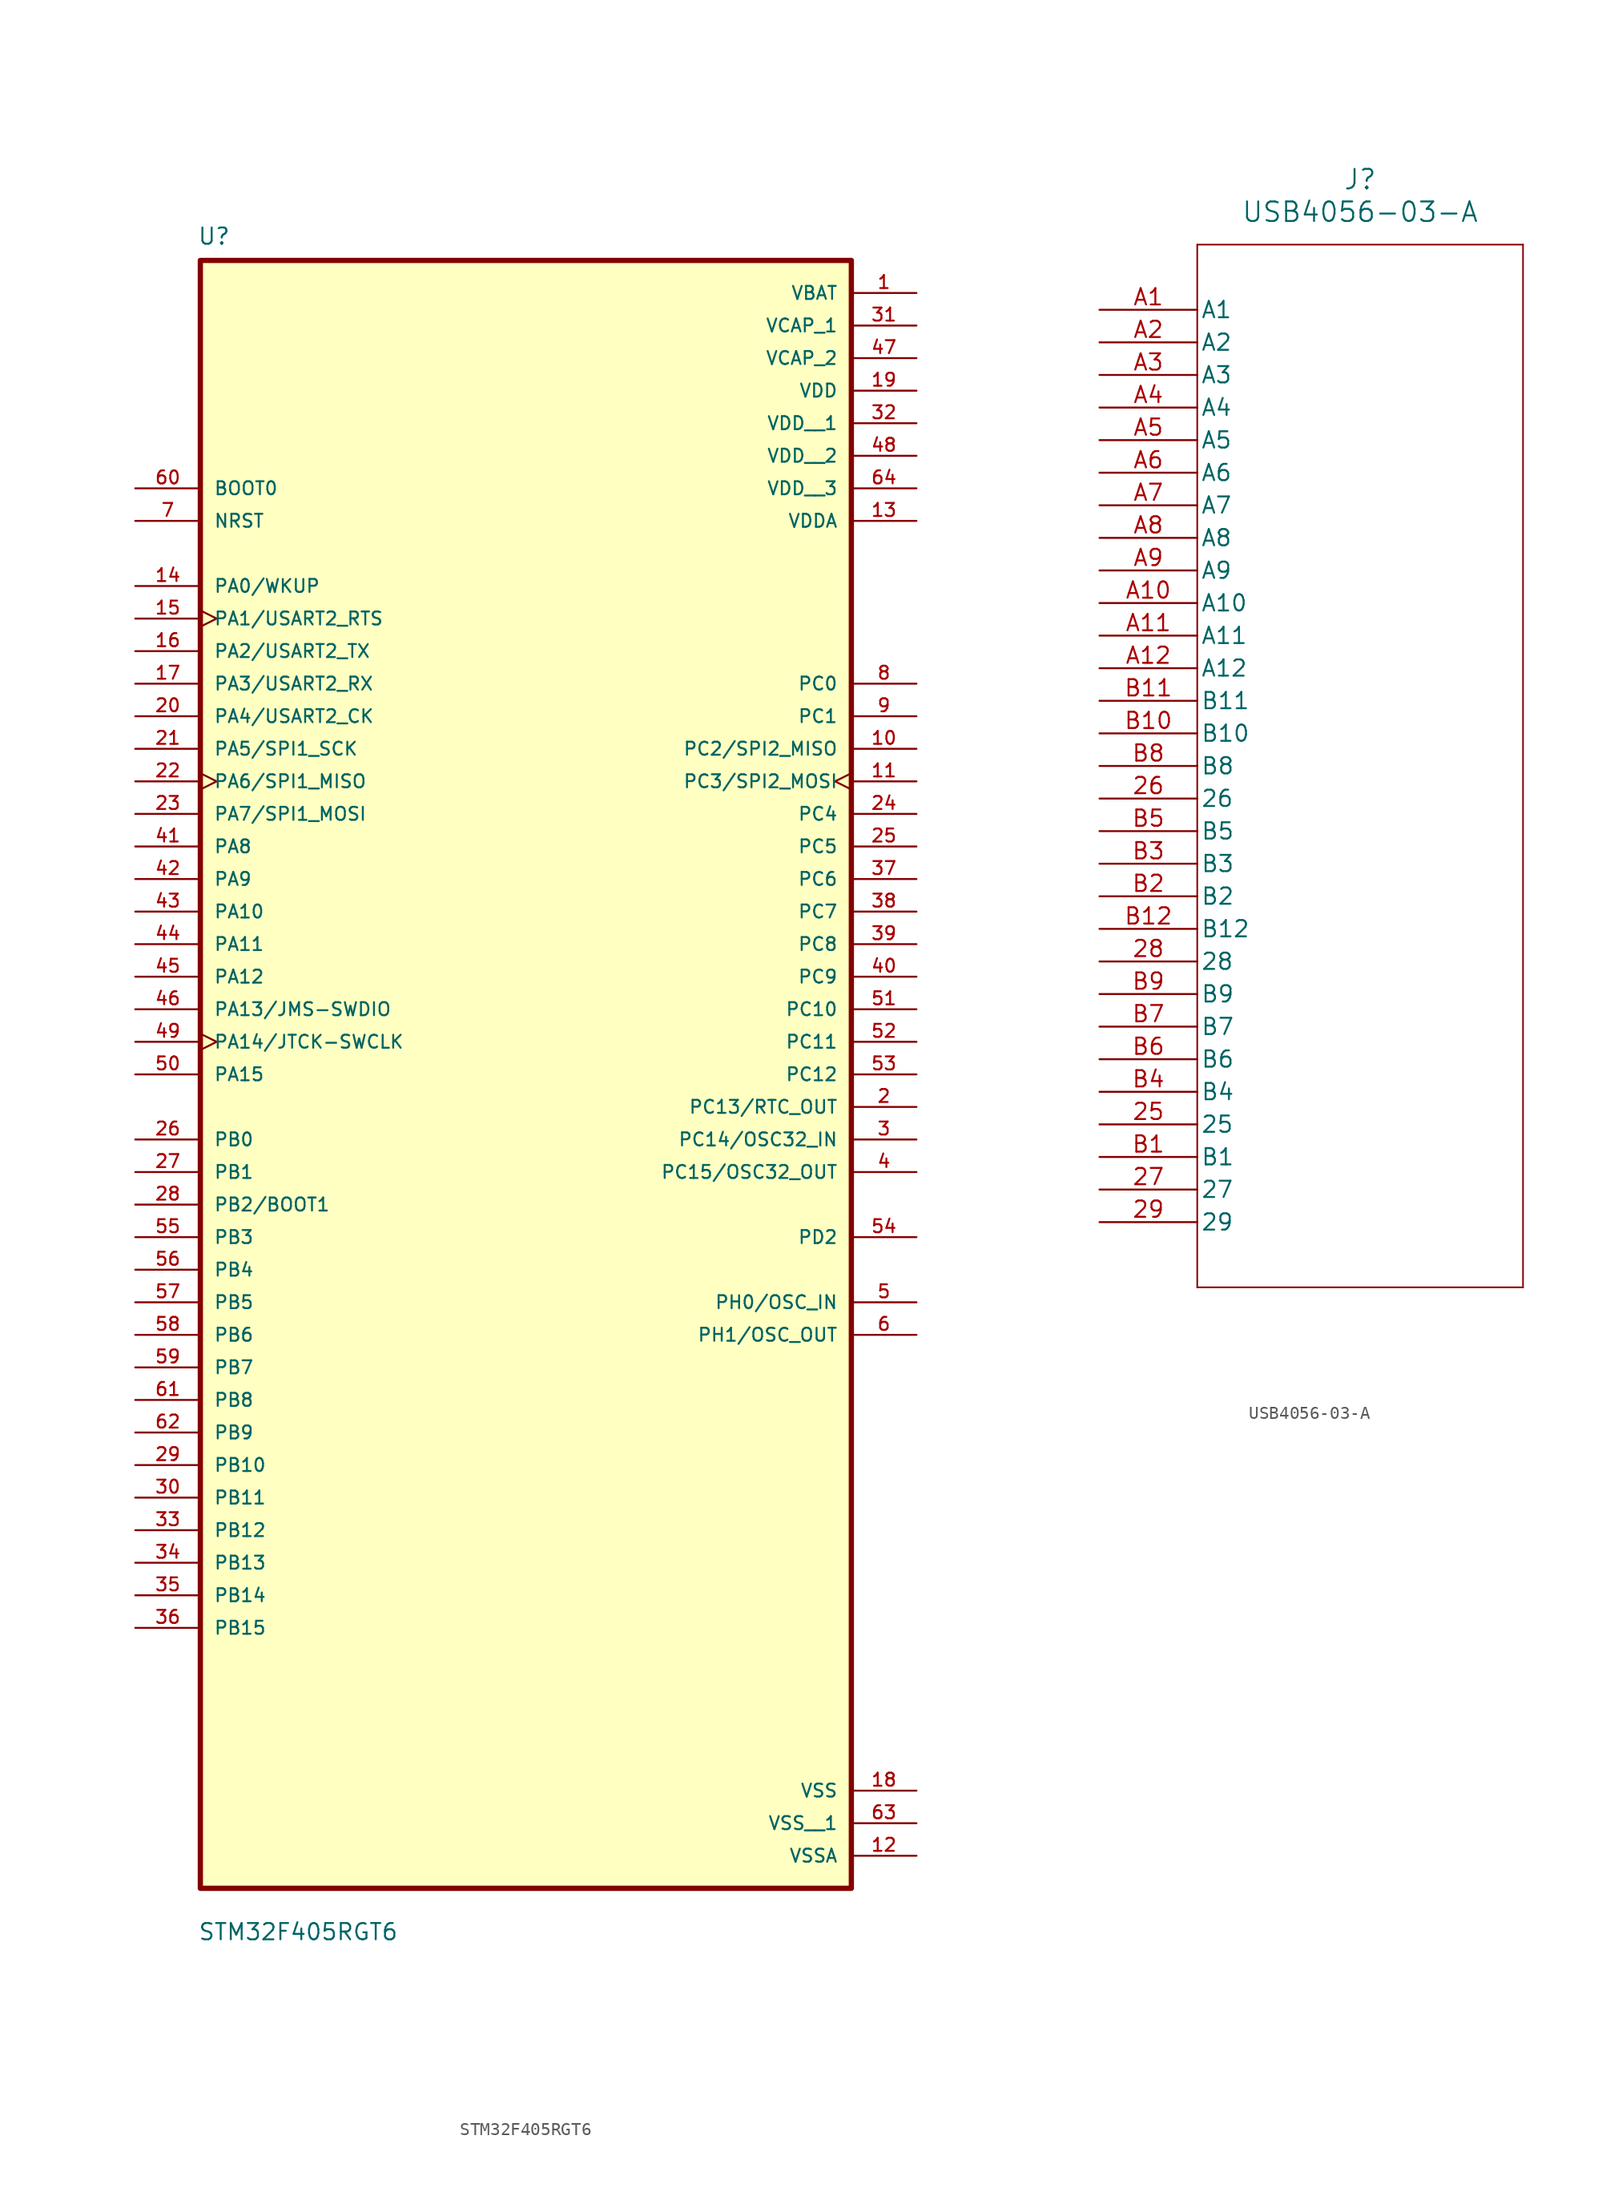
<source format=kicad_sym>
(kicad_symbol_lib
  (version 20241209)
  (generator "kicad_symbol_editor")
  (generator_version "9.0")
  (symbol "STM32F405RGT6"
    (pin_names
      (offset 1.016))
    (property "Reference" "U"
      (at -25.644 59.558 0)
      (effects (font (size 1.27 1.27)) (justify left bottom)))
    (property "Value" "STM32F405RGT6"
      (at -25.604 -72.72 0)
      (effects (font (size 1.27 1.27)) (justify left bottom)))
    (symbol "STM32F405RGT6_0_0"
      (rectangle (start -25.4 -68.58) (end 25.4 58.42) (stroke (width 0.41) (type default)) (fill (type background)))
      (pin bidirectional line (at -30.48 40.64 0) (length 5.08) (name "BOOT0" (effects (font (size 1.016 1.016)))) (number "60" (effects (font (size 1.016 1.016)))))
      (pin bidirectional line (at -30.48 38.1 0) (length 5.08) (name "NRST" (effects (font (size 1.016 1.016)))) (number "7" (effects (font (size 1.016 1.016)))))
      (pin bidirectional line (at -30.48 33.02 0) (length 5.08) (name "PA0/WKUP" (effects (font (size 1.016 1.016)))) (number "14" (effects (font (size 1.016 1.016)))))
      (pin bidirectional clock (at -30.48 30.48 0) (length 5.08) (name "PA1/USART2_RTS" (effects (font (size 1.016 1.016)))) (number "15" (effects (font (size 1.016 1.016)))))
      (pin bidirectional line (at -30.48 27.94 0) (length 5.08) (name "PA2/USART2_TX" (effects (font (size 1.016 1.016)))) (number "16" (effects (font (size 1.016 1.016)))))
      (pin bidirectional line (at -30.48 25.4 0) (length 5.08) (name "PA3/USART2_RX" (effects (font (size 1.016 1.016)))) (number "17" (effects (font (size 1.016 1.016)))))
      (pin bidirectional line (at -30.48 22.86 0) (length 5.08) (name "PA4/USART2_CK" (effects (font (size 1.016 1.016)))) (number "20" (effects (font (size 1.016 1.016)))))
      (pin bidirectional line (at -30.48 20.32 0) (length 5.08) (name "PA5/SPI1_SCK" (effects (font (size 1.016 1.016)))) (number "21" (effects (font (size 1.016 1.016)))))
      (pin bidirectional clock (at -30.48 17.78 0) (length 5.08) (name "PA6/SPI1_MISO" (effects (font (size 1.016 1.016)))) (number "22" (effects (font (size 1.016 1.016)))))
      (pin bidirectional line (at -30.48 15.24 0) (length 5.08) (name "PA7/SPI1_MOSI" (effects (font (size 1.016 1.016)))) (number "23" (effects (font (size 1.016 1.016)))))
      (pin bidirectional line (at -30.48 12.7 0) (length 5.08) (name "PA8" (effects (font (size 1.016 1.016)))) (number "41" (effects (font (size 1.016 1.016)))))
      (pin bidirectional line (at -30.48 10.16 0) (length 5.08) (name "PA9" (effects (font (size 1.016 1.016)))) (number "42" (effects (font (size 1.016 1.016)))))
      (pin bidirectional line (at -30.48 7.62 0) (length 5.08) (name "PA10" (effects (font (size 1.016 1.016)))) (number "43" (effects (font (size 1.016 1.016)))))
      (pin bidirectional line (at -30.48 5.08 0) (length 5.08) (name "PA11" (effects (font (size 1.016 1.016)))) (number "44" (effects (font (size 1.016 1.016)))))
      (pin bidirectional line (at -30.48 2.54 0) (length 5.08) (name "PA12" (effects (font (size 1.016 1.016)))) (number "45" (effects (font (size 1.016 1.016)))))
      (pin bidirectional line (at -30.48 0 0) (length 5.08) (name "PA13/JMS-SWDIO" (effects (font (size 1.016 1.016)))) (number "46" (effects (font (size 1.016 1.016)))))
      (pin bidirectional clock (at -30.48 -2.54 0) (length 5.08) (name "PA14/JTCK-SWCLK" (effects (font (size 1.016 1.016)))) (number "49" (effects (font (size 1.016 1.016)))))
      (pin bidirectional line (at -30.48 -5.08 0) (length 5.08) (name "PA15" (effects (font (size 1.016 1.016)))) (number "50" (effects (font (size 1.016 1.016)))))
      (pin bidirectional line (at -30.48 -10.16 0) (length 5.08) (name "PB0" (effects (font (size 1.016 1.016)))) (number "26" (effects (font (size 1.016 1.016)))))
      (pin bidirectional line (at -30.48 -12.7 0) (length 5.08) (name "PB1" (effects (font (size 1.016 1.016)))) (number "27" (effects (font (size 1.016 1.016)))))
      (pin bidirectional line (at -30.48 -15.24 0) (length 5.08) (name "PB2/BOOT1" (effects (font (size 1.016 1.016)))) (number "28" (effects (font (size 1.016 1.016)))))
      (pin bidirectional line (at -30.48 -17.78 0) (length 5.08) (name "PB3" (effects (font (size 1.016 1.016)))) (number "55" (effects (font (size 1.016 1.016)))))
      (pin bidirectional line (at -30.48 -20.32 0) (length 5.08) (name "PB4" (effects (font (size 1.016 1.016)))) (number "56" (effects (font (size 1.016 1.016)))))
      (pin bidirectional line (at -30.48 -22.86 0) (length 5.08) (name "PB5" (effects (font (size 1.016 1.016)))) (number "57" (effects (font (size 1.016 1.016)))))
      (pin bidirectional line (at -30.48 -25.4 0) (length 5.08) (name "PB6" (effects (font (size 1.016 1.016)))) (number "58" (effects (font (size 1.016 1.016)))))
      (pin bidirectional line (at -30.48 -27.94 0) (length 5.08) (name "PB7" (effects (font (size 1.016 1.016)))) (number "59" (effects (font (size 1.016 1.016)))))
      (pin bidirectional line (at -30.48 -30.48 0) (length 5.08) (name "PB8" (effects (font (size 1.016 1.016)))) (number "61" (effects (font (size 1.016 1.016)))))
      (pin bidirectional line (at -30.48 -33.02 0) (length 5.08) (name "PB9" (effects (font (size 1.016 1.016)))) (number "62" (effects (font (size 1.016 1.016)))))
      (pin bidirectional line (at -30.48 -35.56 0) (length 5.08) (name "PB10" (effects (font (size 1.016 1.016)))) (number "29" (effects (font (size 1.016 1.016)))))
      (pin bidirectional line (at -30.48 -38.1 0) (length 5.08) (name "PB11" (effects (font (size 1.016 1.016)))) (number "30" (effects (font (size 1.016 1.016)))))
      (pin bidirectional line (at -30.48 -40.64 0) (length 5.08) (name "PB12" (effects (font (size 1.016 1.016)))) (number "33" (effects (font (size 1.016 1.016)))))
      (pin bidirectional line (at -30.48 -43.18 0) (length 5.08) (name "PB13" (effects (font (size 1.016 1.016)))) (number "34" (effects (font (size 1.016 1.016)))))
      (pin bidirectional line (at -30.48 -45.72 0) (length 5.08) (name "PB14" (effects (font (size 1.016 1.016)))) (number "35" (effects (font (size 1.016 1.016)))))
      (pin bidirectional line (at -30.48 -48.26 0) (length 5.08) (name "PB15" (effects (font (size 1.016 1.016)))) (number "36" (effects (font (size 1.016 1.016)))))
      (pin power_in line (at 30.48 55.88 180) (length 5.08) (name "VBAT" (effects (font (size 1.016 1.016)))) (number "1" (effects (font (size 1.016 1.016)))))
      (pin power_in line (at 30.48 53.34 180) (length 5.08) (name "VCAP_1" (effects (font (size 1.016 1.016)))) (number "31" (effects (font (size 1.016 1.016)))))
      (pin power_in line (at 30.48 50.8 180) (length 5.08) (name "VCAP_2" (effects (font (size 1.016 1.016)))) (number "47" (effects (font (size 1.016 1.016)))))
      (pin power_in line (at 30.48 48.26 180) (length 5.08) (name "VDD" (effects (font (size 1.016 1.016)))) (number "19" (effects (font (size 1.016 1.016)))))
      (pin power_in line (at 30.48 45.72 180) (length 5.08) (name "VDD__1" (effects (font (size 1.016 1.016)))) (number "32" (effects (font (size 1.016 1.016)))))
      (pin power_in line (at 30.48 43.18 180) (length 5.08) (name "VDD__2" (effects (font (size 1.016 1.016)))) (number "48" (effects (font (size 1.016 1.016)))))
      (pin power_in line (at 30.48 40.64 180) (length 5.08) (name "VDD__3" (effects (font (size 1.016 1.016)))) (number "64" (effects (font (size 1.016 1.016)))))
      (pin power_in line (at 30.48 38.1 180) (length 5.08) (name "VDDA" (effects (font (size 1.016 1.016)))) (number "13" (effects (font (size 1.016 1.016)))))
      (pin bidirectional line (at 30.48 25.4 180) (length 5.08) (name "PC0" (effects (font (size 1.016 1.016)))) (number "8" (effects (font (size 1.016 1.016)))))
      (pin bidirectional line (at 30.48 22.86 180) (length 5.08) (name "PC1" (effects (font (size 1.016 1.016)))) (number "9" (effects (font (size 1.016 1.016)))))
      (pin bidirectional line (at 30.48 20.32 180) (length 5.08) (name "PC2/SPI2_MISO" (effects (font (size 1.016 1.016)))) (number "10" (effects (font (size 1.016 1.016)))))
      (pin bidirectional clock (at 30.48 17.78 180) (length 5.08) (name "PC3/SPI2_MOSI" (effects (font (size 1.016 1.016)))) (number "11" (effects (font (size 1.016 1.016)))))
      (pin bidirectional line (at 30.48 15.24 180) (length 5.08) (name "PC4" (effects (font (size 1.016 1.016)))) (number "24" (effects (font (size 1.016 1.016)))))
      (pin bidirectional line (at 30.48 12.7 180) (length 5.08) (name "PC5" (effects (font (size 1.016 1.016)))) (number "25" (effects (font (size 1.016 1.016)))))
      (pin bidirectional line (at 30.48 10.16 180) (length 5.08) (name "PC6" (effects (font (size 1.016 1.016)))) (number "37" (effects (font (size 1.016 1.016)))))
      (pin bidirectional line (at 30.48 7.62 180) (length 5.08) (name "PC7" (effects (font (size 1.016 1.016)))) (number "38" (effects (font (size 1.016 1.016)))))
      (pin bidirectional line (at 30.48 5.08 180) (length 5.08) (name "PC8" (effects (font (size 1.016 1.016)))) (number "39" (effects (font (size 1.016 1.016)))))
      (pin bidirectional line (at 30.48 2.54 180) (length 5.08) (name "PC9" (effects (font (size 1.016 1.016)))) (number "40" (effects (font (size 1.016 1.016)))))
      (pin bidirectional line (at 30.48 0 180) (length 5.08) (name "PC10" (effects (font (size 1.016 1.016)))) (number "51" (effects (font (size 1.016 1.016)))))
      (pin bidirectional line (at 30.48 -2.54 180) (length 5.08) (name "PC11" (effects (font (size 1.016 1.016)))) (number "52" (effects (font (size 1.016 1.016)))))
      (pin bidirectional line (at 30.48 -5.08 180) (length 5.08) (name "PC12" (effects (font (size 1.016 1.016)))) (number "53" (effects (font (size 1.016 1.016)))))
      (pin bidirectional line (at 30.48 -7.62 180) (length 5.08) (name "PC13/RTC_OUT" (effects (font (size 1.016 1.016)))) (number "2" (effects (font (size 1.016 1.016)))))
      (pin bidirectional line (at 30.48 -10.16 180) (length 5.08) (name "PC14/OSC32_IN" (effects (font (size 1.016 1.016)))) (number "3" (effects (font (size 1.016 1.016)))))
      (pin bidirectional line (at 30.48 -12.7 180) (length 5.08) (name "PC15/OSC32_OUT" (effects (font (size 1.016 1.016)))) (number "4" (effects (font (size 1.016 1.016)))))
      (pin bidirectional line (at 30.48 -17.78 180) (length 5.08) (name "PD2" (effects (font (size 1.016 1.016)))) (number "54" (effects (font (size 1.016 1.016)))))
      (pin bidirectional line (at 30.48 -22.86 180) (length 5.08) (name "PH0/OSC_IN" (effects (font (size 1.016 1.016)))) (number "5" (effects (font (size 1.016 1.016)))))
      (pin bidirectional line (at 30.48 -25.4 180) (length 5.08) (name "PH1/OSC_OUT" (effects (font (size 1.016 1.016)))) (number "6" (effects (font (size 1.016 1.016)))))
      (pin power_in line (at 30.48 -60.96 180) (length 5.08) (name "VSS" (effects (font (size 1.016 1.016)))) (number "18" (effects (font (size 1.016 1.016)))))
      (pin power_in line (at 30.48 -63.5 180) (length 5.08) (name "VSS__1" (effects (font (size 1.016 1.016)))) (number "63" (effects (font (size 1.016 1.016)))))
      (pin power_in line (at 30.48 -66.04 180) (length 5.08) (name "VSSA" (effects (font (size 1.016 1.016)))) (number "12" (effects (font (size 1.016 1.016)))))))
  (symbol "USB4056-03-A"
    (pin_names
      (offset 0.254))
    (property "Reference" "J"
      (at 20.32 10.16 0)
      (effects (font (size 1.524 1.524))))
    (property "Value" "USB4056-03-A"
      (at 20.32 7.62 0)
      (effects (font (size 1.524 1.524))))
    (property "ki_locked" ""
      (at 0 0 0)
      (effects (font (size 1.27 1.27))))
    (symbol "USB4056-03-A_0_1"
      (polyline (pts (xy 7.62 5.08) (xy 7.62 -76.2)) (stroke (width 0.127) (type default)) (fill (type none)))
      (polyline (pts (xy 7.62 -76.2) (xy 33.02 -76.2)) (stroke (width 0.127) (type default)) (fill (type none)))
      (polyline (pts (xy 33.02 5.08) (xy 7.62 5.08)) (stroke (width 0.127) (type default)) (fill (type none)))
      (polyline (pts (xy 33.02 -76.2) (xy 33.02 5.08)) (stroke (width 0.127) (type default)) (fill (type none)))
      (pin unspecified line (at 0 0 0) (length 7.62) (name "A1" (effects (font (size 1.27 1.27)))) (number "A1" (effects (font (size 1.27 1.27)))))
      (pin unspecified line (at 0 -2.54 0) (length 7.62) (name "A2" (effects (font (size 1.27 1.27)))) (number "A2" (effects (font (size 1.27 1.27)))))
      (pin unspecified line (at 0 -5.08 0) (length 7.62) (name "A3" (effects (font (size 1.27 1.27)))) (number "A3" (effects (font (size 1.27 1.27)))))
      (pin unspecified line (at 0 -7.62 0) (length 7.62) (name "A4" (effects (font (size 1.27 1.27)))) (number "A4" (effects (font (size 1.27 1.27)))))
      (pin unspecified line (at 0 -10.16 0) (length 7.62) (name "A5" (effects (font (size 1.27 1.27)))) (number "A5" (effects (font (size 1.27 1.27)))))
      (pin unspecified line (at 0 -12.7 0) (length 7.62) (name "A6" (effects (font (size 1.27 1.27)))) (number "A6" (effects (font (size 1.27 1.27)))))
      (pin unspecified line (at 0 -15.24 0) (length 7.62) (name "A7" (effects (font (size 1.27 1.27)))) (number "A7" (effects (font (size 1.27 1.27)))))
      (pin unspecified line (at 0 -17.78 0) (length 7.62) (name "A8" (effects (font (size 1.27 1.27)))) (number "A8" (effects (font (size 1.27 1.27)))))
      (pin unspecified line (at 0 -20.32 0) (length 7.62) (name "A9" (effects (font (size 1.27 1.27)))) (number "A9" (effects (font (size 1.27 1.27)))))
      (pin unspecified line (at 0 -22.86 0) (length 7.62) (name "A10" (effects (font (size 1.27 1.27)))) (number "A10" (effects (font (size 1.27 1.27)))))
      (pin unspecified line (at 0 -25.4 0) (length 7.62) (name "A11" (effects (font (size 1.27 1.27)))) (number "A11" (effects (font (size 1.27 1.27)))))
      (pin unspecified line (at 0 -27.94 0) (length 7.62) (name "A12" (effects (font (size 1.27 1.27)))) (number "A12" (effects (font (size 1.27 1.27)))))
      (pin unspecified line (at 0 -30.48 0) (length 7.62) (name "B11" (effects (font (size 1.27 1.27)))) (number "B11" (effects (font (size 1.27 1.27)))))
      (pin unspecified line (at 0 -33.02 0) (length 7.62) (name "B10" (effects (font (size 1.27 1.27)))) (number "B10" (effects (font (size 1.27 1.27)))))
      (pin unspecified line (at 0 -35.56 0) (length 7.62) (name "B8" (effects (font (size 1.27 1.27)))) (number "B8" (effects (font (size 1.27 1.27)))))
      (pin unspecified line (at 0 -38.1 0) (length 7.62) (name "26" (effects (font (size 1.27 1.27)))) (number "26" (effects (font (size 1.27 1.27)))))
      (pin unspecified line (at 0 -40.64 0) (length 7.62) (name "B5" (effects (font (size 1.27 1.27)))) (number "B5" (effects (font (size 1.27 1.27)))))
      (pin unspecified line (at 0 -43.18 0) (length 7.62) (name "B3" (effects (font (size 1.27 1.27)))) (number "B3" (effects (font (size 1.27 1.27)))))
      (pin unspecified line (at 0 -45.72 0) (length 7.62) (name "B2" (effects (font (size 1.27 1.27)))) (number "B2" (effects (font (size 1.27 1.27)))))
      (pin unspecified line (at 0 -48.26 0) (length 7.62) (name "B12" (effects (font (size 1.27 1.27)))) (number "B12" (effects (font (size 1.27 1.27)))))
      (pin unspecified line (at 0 -50.8 0) (length 7.62) (name "28" (effects (font (size 1.27 1.27)))) (number "28" (effects (font (size 1.27 1.27)))))
      (pin unspecified line (at 0 -53.34 0) (length 7.62) (name "B9" (effects (font (size 1.27 1.27)))) (number "B9" (effects (font (size 1.27 1.27)))))
      (pin unspecified line (at 0 -55.88 0) (length 7.62) (name "B7" (effects (font (size 1.27 1.27)))) (number "B7" (effects (font (size 1.27 1.27)))))
      (pin unspecified line (at 0 -58.42 0) (length 7.62) (name "B6" (effects (font (size 1.27 1.27)))) (number "B6" (effects (font (size 1.27 1.27)))))
      (pin unspecified line (at 0 -60.96 0) (length 7.62) (name "B4" (effects (font (size 1.27 1.27)))) (number "B4" (effects (font (size 1.27 1.27)))))
      (pin unspecified line (at 0 -63.5 0) (length 7.62) (name "25" (effects (font (size 1.27 1.27)))) (number "25" (effects (font (size 1.27 1.27)))))
      (pin unspecified line (at 0 -66.04 0) (length 7.62) (name "B1" (effects (font (size 1.27 1.27)))) (number "B1" (effects (font (size 1.27 1.27)))))
      (pin unspecified line (at 0 -68.58 0) (length 7.62) (name "27" (effects (font (size 1.27 1.27)))) (number "27" (effects (font (size 1.27 1.27)))))
      (pin unspecified line (at 0 -71.12 0) (length 7.62) (name "29" (effects (font (size 1.27 1.27)))) (number "29" (effects (font (size 1.27 1.27))))))))
</source>
